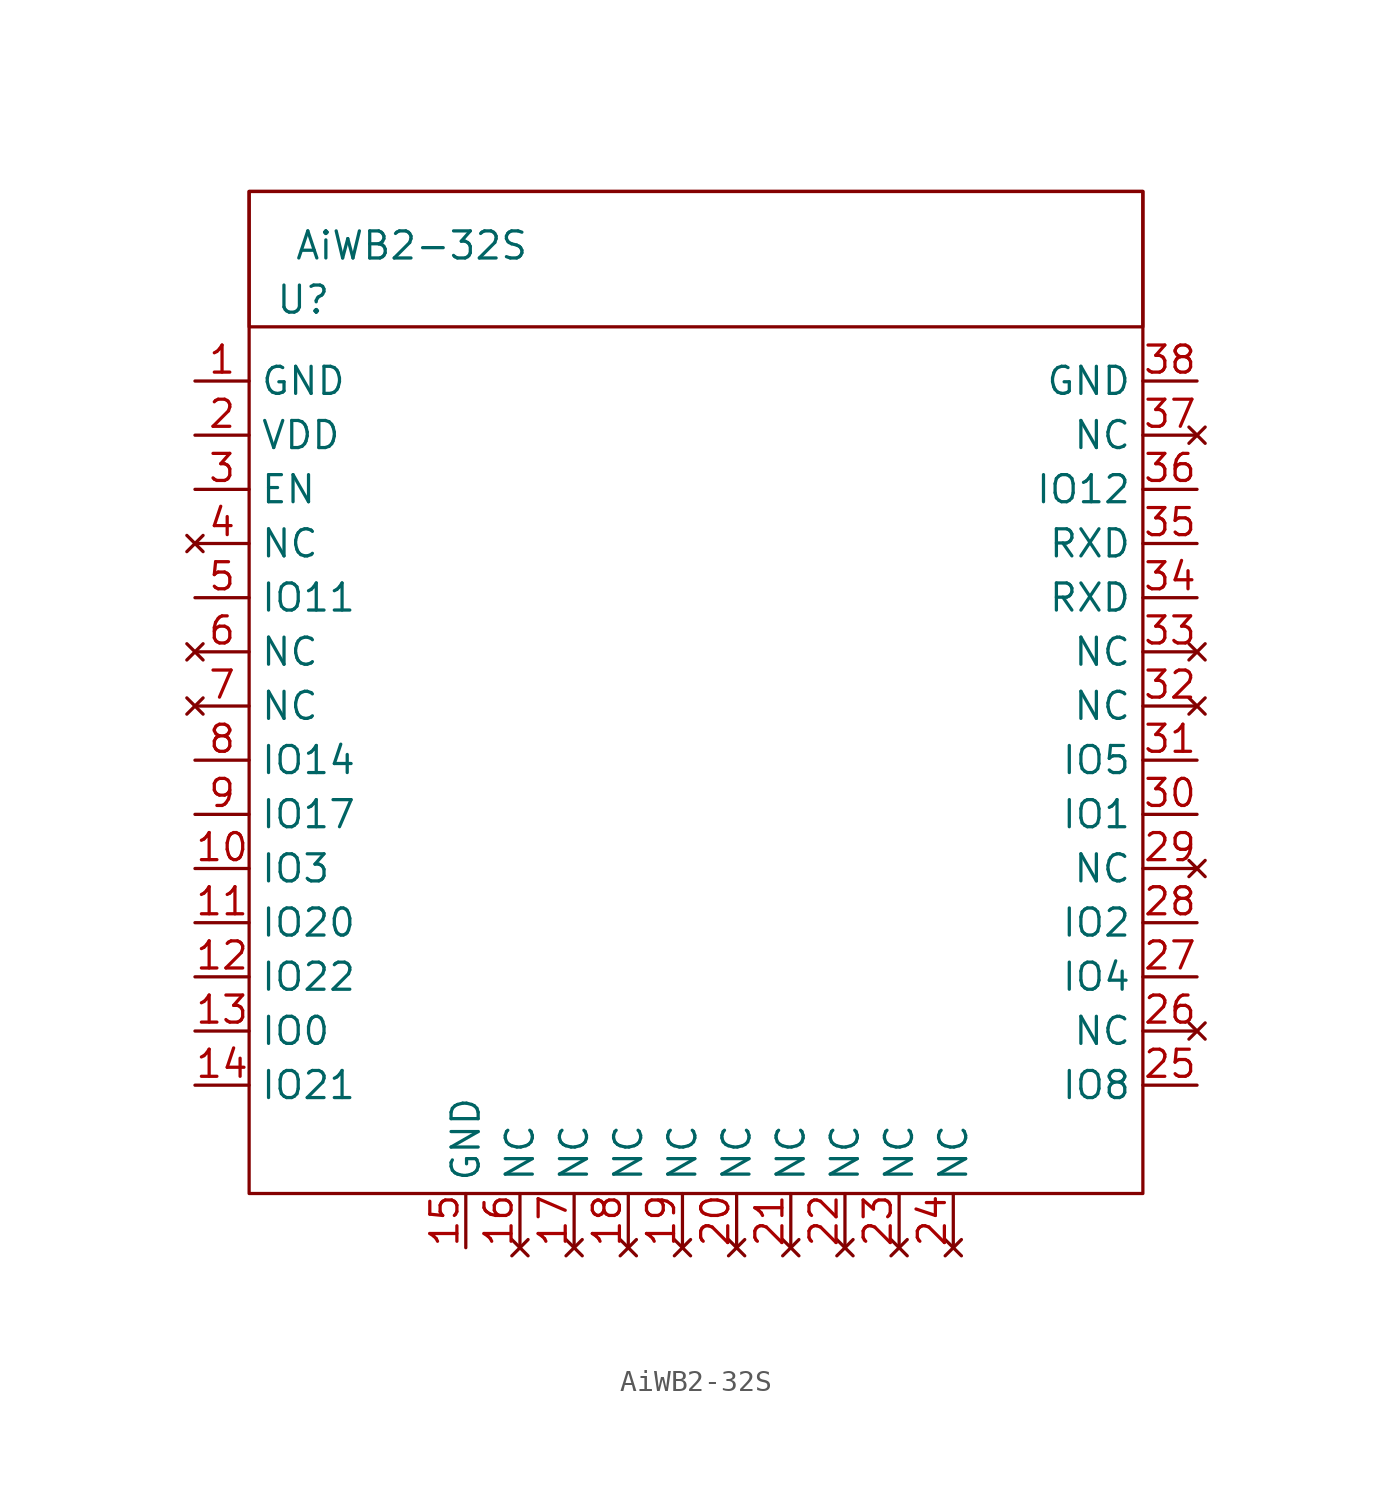
<source format=kicad_sym>
(kicad_symbol_lib
  (version 20211014)
  (generator kicad_symbol_editor)
  (symbol "AiWB2-32S"
    (property "Reference" "U"
      (at 2.54 58.42 0)
      (effects (font (size 1.27 1.27))))
    (property "Value" "AiWB2-32S"
      (at 7.62 60.96 0)
      (effects (font (size 1.27 1.27))))
    (symbol "AiWB2-32S_0_1"
      (rectangle (start 0 16.51) (end 41.91 63.5) (stroke (width 0) (type default) (color 0 0 0 0)) (fill (type none)))
      (rectangle (start 0 63.5) (end 41.91 57.15) (stroke (width 0) (type default) (color 0 0 0 0)) (fill (type none))))
    (symbol "AiWB2-32S_1_1"
      (pin power_in line (at -2.54 54.61 0) (length 2.54) (name "GND" (effects (font (size 1.27 1.27)))) (number "1" (effects (font (size 1.27 1.27)))))
      (pin bidirectional line (at -2.54 31.75 0) (length 2.54) (name "IO3" (effects (font (size 1.27 1.27)))) (number "10" (effects (font (size 1.27 1.27)))))
      (pin bidirectional line (at -2.54 29.21 0) (length 2.54) (name "IO20" (effects (font (size 1.27 1.27)))) (number "11" (effects (font (size 1.27 1.27)))))
      (pin bidirectional line (at -2.54 26.67 0) (length 2.54) (name "IO22" (effects (font (size 1.27 1.27)))) (number "12" (effects (font (size 1.27 1.27)))))
      (pin bidirectional line (at -2.54 24.13 0) (length 2.54) (name "IO0" (effects (font (size 1.27 1.27)))) (number "13" (effects (font (size 1.27 1.27)))))
      (pin bidirectional line (at -2.54 21.59 0) (length 2.54) (name "IO21" (effects (font (size 1.27 1.27)))) (number "14" (effects (font (size 1.27 1.27)))))
      (pin power_in line (at 10.16 13.97 90) (length 2.54) (name "GND" (effects (font (size 1.27 1.27)))) (number "15" (effects (font (size 1.27 1.27)))))
      (pin no_connect line (at 12.7 13.97 90) (length 2.54) (name "NC" (effects (font (size 1.27 1.27)))) (number "16" (effects (font (size 1.27 1.27)))))
      (pin no_connect line (at 15.24 13.97 90) (length 2.54) (name "NC" (effects (font (size 1.27 1.27)))) (number "17" (effects (font (size 1.27 1.27)))))
      (pin no_connect line (at 17.78 13.97 90) (length 2.54) (name "NC" (effects (font (size 1.27 1.27)))) (number "18" (effects (font (size 1.27 1.27)))))
      (pin no_connect line (at 20.32 13.97 90) (length 2.54) (name "NC" (effects (font (size 1.27 1.27)))) (number "19" (effects (font (size 1.27 1.27)))))
      (pin power_in line (at -2.54 52.07 0) (length 2.54) (name "VDD" (effects (font (size 1.27 1.27)))) (number "2" (effects (font (size 1.27 1.27)))))
      (pin no_connect line (at 22.86 13.97 90) (length 2.54) (name "NC" (effects (font (size 1.27 1.27)))) (number "20" (effects (font (size 1.27 1.27)))))
      (pin no_connect line (at 25.4 13.97 90) (length 2.54) (name "NC" (effects (font (size 1.27 1.27)))) (number "21" (effects (font (size 1.27 1.27)))))
      (pin no_connect line (at 27.94 13.97 90) (length 2.54) (name "NC" (effects (font (size 1.27 1.27)))) (number "22" (effects (font (size 1.27 1.27)))))
      (pin no_connect line (at 30.48 13.97 90) (length 2.54) (name "NC" (effects (font (size 1.27 1.27)))) (number "23" (effects (font (size 1.27 1.27)))))
      (pin no_connect line (at 33.02 13.97 90) (length 2.54) (name "NC" (effects (font (size 1.27 1.27)))) (number "24" (effects (font (size 1.27 1.27)))))
      (pin bidirectional line (at 44.45 21.59 180) (length 2.54) (name "IO8" (effects (font (size 1.27 1.27)))) (number "25" (effects (font (size 1.27 1.27)))))
      (pin no_connect line (at 44.45 24.13 180) (length 2.54) (name "NC" (effects (font (size 1.27 1.27)))) (number "26" (effects (font (size 1.27 1.27)))))
      (pin bidirectional line (at 44.45 26.67 180) (length 2.54) (name "IO4" (effects (font (size 1.27 1.27)))) (number "27" (effects (font (size 1.27 1.27)))))
      (pin bidirectional line (at 44.45 29.21 180) (length 2.54) (name "IO2" (effects (font (size 1.27 1.27)))) (number "28" (effects (font (size 1.27 1.27)))))
      (pin no_connect line (at 44.45 31.75 180) (length 2.54) (name "NC" (effects (font (size 1.27 1.27)))) (number "29" (effects (font (size 1.27 1.27)))))
      (pin bidirectional line (at -2.54 49.53 0) (length 2.54) (name "EN" (effects (font (size 1.27 1.27)))) (number "3" (effects (font (size 1.27 1.27)))))
      (pin bidirectional line (at 44.45 34.29 180) (length 2.54) (name "IO1" (effects (font (size 1.27 1.27)))) (number "30" (effects (font (size 1.27 1.27)))))
      (pin bidirectional line (at 44.45 36.83 180) (length 2.54) (name "IO5" (effects (font (size 1.27 1.27)))) (number "31" (effects (font (size 1.27 1.27)))))
      (pin no_connect line (at 44.45 39.37 180) (length 2.54) (name "NC" (effects (font (size 1.27 1.27)))) (number "32" (effects (font (size 1.27 1.27)))))
      (pin no_connect line (at 44.45 41.91 180) (length 2.54) (name "NC" (effects (font (size 1.27 1.27)))) (number "33" (effects (font (size 1.27 1.27)))))
      (pin bidirectional line (at 44.45 44.45 180) (length 2.54) (name "RXD" (effects (font (size 1.27 1.27)))) (number "34" (effects (font (size 1.27 1.27)))))
      (pin bidirectional line (at 44.45 46.99 180) (length 2.54) (name "RXD" (effects (font (size 1.27 1.27)))) (number "35" (effects (font (size 1.27 1.27)))))
      (pin bidirectional line (at 44.45 49.53 180) (length 2.54) (name "IO12" (effects (font (size 1.27 1.27)))) (number "36" (effects (font (size 1.27 1.27)))))
      (pin no_connect line (at 44.45 52.07 180) (length 2.54) (name "NC" (effects (font (size 1.27 1.27)))) (number "37" (effects (font (size 1.27 1.27)))))
      (pin power_in line (at 44.45 54.61 180) (length 2.54) (name "GND" (effects (font (size 1.27 1.27)))) (number "38" (effects (font (size 1.27 1.27)))))
      (pin no_connect line (at -2.54 46.99 0) (length 2.54) (name "NC" (effects (font (size 1.27 1.27)))) (number "4" (effects (font (size 1.27 1.27)))))
      (pin bidirectional line (at -2.54 44.45 0) (length 2.54) (name "IO11" (effects (font (size 1.27 1.27)))) (number "5" (effects (font (size 1.27 1.27)))))
      (pin no_connect line (at -2.54 41.91 0) (length 2.54) (name "NC" (effects (font (size 1.27 1.27)))) (number "6" (effects (font (size 1.27 1.27)))))
      (pin no_connect line (at -2.54 39.37 0) (length 2.54) (name "NC" (effects (font (size 1.27 1.27)))) (number "7" (effects (font (size 1.27 1.27)))))
      (pin bidirectional line (at -2.54 36.83 0) (length 2.54) (name "IO14" (effects (font (size 1.27 1.27)))) (number "8" (effects (font (size 1.27 1.27)))))
      (pin bidirectional line (at -2.54 34.29 0) (length 2.54) (name "IO17" (effects (font (size 1.27 1.27)))) (number "9" (effects (font (size 1.27 1.27))))))))
</source>
